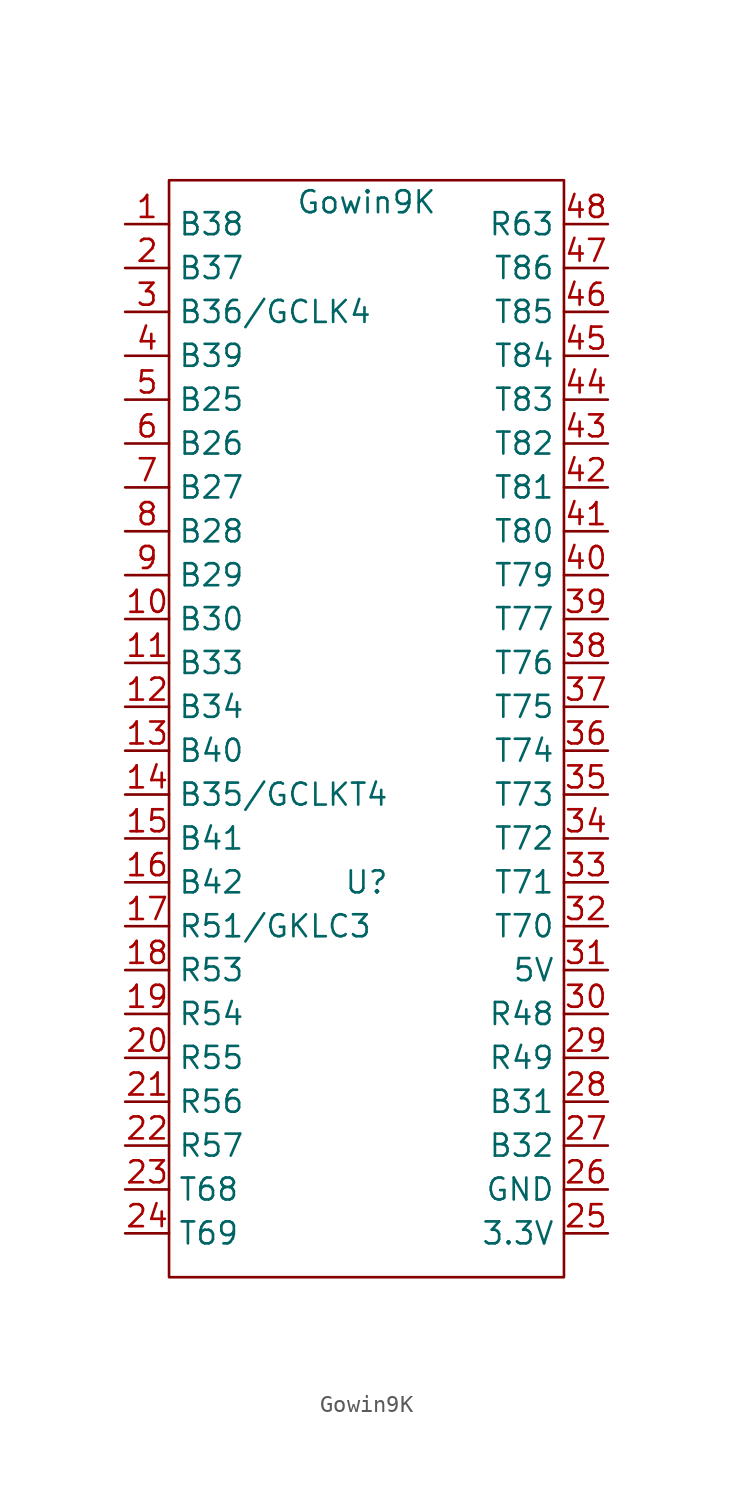
<source format=kicad_sym>
(kicad_symbol_lib
  (version 20211014)
  (generator kicad_symbol_editor)
  (symbol "Gowin9K"
    (property "Reference" "U"
      (at 0 0 0)
      (effects (font (size 1.27 1.27))))
    (property "Value" "Gowin9K"
      (at 0 39.37 0)
      (effects (font (size 1.27 1.27))))
    (symbol "Gowin9K_0_1"
      (rectangle (start -11.43 40.64) (end 11.43 -22.86) (stroke (width 0.152) (type default) (color 0 0 0 0)) (fill (type none))))
    (symbol "Gowin9K_1_1"
      (pin bidirectional line (at -13.97 38.1 0) (length 2.54) (name "B38" (effects (font (size 1.27 1.27)))) (number "1" (effects (font (size 1.27 1.27)))))
      (pin bidirectional line (at -13.97 15.24 0) (length 2.54) (name "B30" (effects (font (size 1.27 1.27)))) (number "10" (effects (font (size 1.27 1.27)))))
      (pin bidirectional line (at -13.97 12.7 0) (length 2.54) (name "B33" (effects (font (size 1.27 1.27)))) (number "11" (effects (font (size 1.27 1.27)))))
      (pin bidirectional line (at -13.97 10.16 0) (length 2.54) (name "B34" (effects (font (size 1.27 1.27)))) (number "12" (effects (font (size 1.27 1.27)))))
      (pin bidirectional line (at -13.97 7.62 0) (length 2.54) (name "B40" (effects (font (size 1.27 1.27)))) (number "13" (effects (font (size 1.27 1.27)))))
      (pin bidirectional line (at -13.97 5.08 0) (length 2.54) (name "B35/GCLKT4" (effects (font (size 1.27 1.27)))) (number "14" (effects (font (size 1.27 1.27)))))
      (pin bidirectional line (at -13.97 2.54 0) (length 2.54) (name "B41" (effects (font (size 1.27 1.27)))) (number "15" (effects (font (size 1.27 1.27)))))
      (pin bidirectional line (at -13.97 0 0) (length 2.54) (name "B42" (effects (font (size 1.27 1.27)))) (number "16" (effects (font (size 1.27 1.27)))))
      (pin bidirectional line (at -13.97 -2.54 0) (length 2.54) (name "R51/GKLC3" (effects (font (size 1.27 1.27)))) (number "17" (effects (font (size 1.27 1.27)))))
      (pin bidirectional line (at -13.97 -5.08 0) (length 2.54) (name "R53" (effects (font (size 1.27 1.27)))) (number "18" (effects (font (size 1.27 1.27)))))
      (pin bidirectional line (at -13.97 -7.62 0) (length 2.54) (name "R54" (effects (font (size 1.27 1.27)))) (number "19" (effects (font (size 1.27 1.27)))))
      (pin bidirectional line (at -13.97 35.56 0) (length 2.54) (name "B37" (effects (font (size 1.27 1.27)))) (number "2" (effects (font (size 1.27 1.27)))))
      (pin bidirectional line (at -13.97 -10.16 0) (length 2.54) (name "R55" (effects (font (size 1.27 1.27)))) (number "20" (effects (font (size 1.27 1.27)))))
      (pin bidirectional line (at -13.97 -12.7 0) (length 2.54) (name "R56" (effects (font (size 1.27 1.27)))) (number "21" (effects (font (size 1.27 1.27)))))
      (pin bidirectional line (at -13.97 -15.24 0) (length 2.54) (name "R57" (effects (font (size 1.27 1.27)))) (number "22" (effects (font (size 1.27 1.27)))))
      (pin bidirectional line (at -13.97 -17.78 0) (length 2.54) (name "T68" (effects (font (size 1.27 1.27)))) (number "23" (effects (font (size 1.27 1.27)))))
      (pin bidirectional line (at -13.97 -20.32 0) (length 2.54) (name "T69" (effects (font (size 1.27 1.27)))) (number "24" (effects (font (size 1.27 1.27)))))
      (pin power_in line (at 13.97 -20.32 180) (length 2.54) (name "3.3V" (effects (font (size 1.27 1.27)))) (number "25" (effects (font (size 1.27 1.27)))))
      (pin power_in line (at 13.97 -17.78 180) (length 2.54) (name "GND" (effects (font (size 1.27 1.27)))) (number "26" (effects (font (size 1.27 1.27)))))
      (pin bidirectional line (at 13.97 -15.24 180) (length 2.54) (name "B32" (effects (font (size 1.27 1.27)))) (number "27" (effects (font (size 1.27 1.27)))))
      (pin bidirectional line (at 13.97 -12.7 180) (length 2.54) (name "B31" (effects (font (size 1.27 1.27)))) (number "28" (effects (font (size 1.27 1.27)))))
      (pin bidirectional line (at 13.97 -10.16 180) (length 2.54) (name "R49" (effects (font (size 1.27 1.27)))) (number "29" (effects (font (size 1.27 1.27)))))
      (pin bidirectional line (at -13.97 33.02 0) (length 2.54) (name "B36/GCLK4" (effects (font (size 1.27 1.27)))) (number "3" (effects (font (size 1.27 1.27)))))
      (pin bidirectional line (at 13.97 -7.62 180) (length 2.54) (name "R48" (effects (font (size 1.27 1.27)))) (number "30" (effects (font (size 1.27 1.27)))))
      (pin power_in line (at 13.97 -5.08 180) (length 2.54) (name "5V" (effects (font (size 1.27 1.27)))) (number "31" (effects (font (size 1.27 1.27)))))
      (pin bidirectional line (at 13.97 -2.54 180) (length 2.54) (name "T70" (effects (font (size 1.27 1.27)))) (number "32" (effects (font (size 1.27 1.27)))))
      (pin bidirectional line (at 13.97 0 180) (length 2.54) (name "T71" (effects (font (size 1.27 1.27)))) (number "33" (effects (font (size 1.27 1.27)))))
      (pin bidirectional line (at 13.97 2.54 180) (length 2.54) (name "T72" (effects (font (size 1.27 1.27)))) (number "34" (effects (font (size 1.27 1.27)))))
      (pin bidirectional line (at 13.97 5.08 180) (length 2.54) (name "T73" (effects (font (size 1.27 1.27)))) (number "35" (effects (font (size 1.27 1.27)))))
      (pin bidirectional line (at 13.97 7.62 180) (length 2.54) (name "T74" (effects (font (size 1.27 1.27)))) (number "36" (effects (font (size 1.27 1.27)))))
      (pin bidirectional line (at 13.97 10.16 180) (length 2.54) (name "T75" (effects (font (size 1.27 1.27)))) (number "37" (effects (font (size 1.27 1.27)))))
      (pin bidirectional line (at 13.97 12.7 180) (length 2.54) (name "T76" (effects (font (size 1.27 1.27)))) (number "38" (effects (font (size 1.27 1.27)))))
      (pin bidirectional line (at 13.97 15.24 180) (length 2.54) (name "T77" (effects (font (size 1.27 1.27)))) (number "39" (effects (font (size 1.27 1.27)))))
      (pin bidirectional line (at -13.97 30.48 0) (length 2.54) (name "B39" (effects (font (size 1.27 1.27)))) (number "4" (effects (font (size 1.27 1.27)))))
      (pin bidirectional line (at 13.97 17.78 180) (length 2.54) (name "T79" (effects (font (size 1.27 1.27)))) (number "40" (effects (font (size 1.27 1.27)))))
      (pin bidirectional line (at 13.97 20.32 180) (length 2.54) (name "T80" (effects (font (size 1.27 1.27)))) (number "41" (effects (font (size 1.27 1.27)))))
      (pin bidirectional line (at 13.97 22.86 180) (length 2.54) (name "T81" (effects (font (size 1.27 1.27)))) (number "42" (effects (font (size 1.27 1.27)))))
      (pin bidirectional line (at 13.97 25.4 180) (length 2.54) (name "T82" (effects (font (size 1.27 1.27)))) (number "43" (effects (font (size 1.27 1.27)))))
      (pin bidirectional line (at 13.97 27.94 180) (length 2.54) (name "T83" (effects (font (size 1.27 1.27)))) (number "44" (effects (font (size 1.27 1.27)))))
      (pin bidirectional line (at 13.97 30.48 180) (length 2.54) (name "T84" (effects (font (size 1.27 1.27)))) (number "45" (effects (font (size 1.27 1.27)))))
      (pin bidirectional line (at 13.97 33.02 180) (length 2.54) (name "T85" (effects (font (size 1.27 1.27)))) (number "46" (effects (font (size 1.27 1.27)))))
      (pin bidirectional line (at 13.97 35.56 180) (length 2.54) (name "T86" (effects (font (size 1.27 1.27)))) (number "47" (effects (font (size 1.27 1.27)))))
      (pin bidirectional line (at 13.97 38.1 180) (length 2.54) (name "R63" (effects (font (size 1.27 1.27)))) (number "48" (effects (font (size 1.27 1.27)))))
      (pin bidirectional line (at -13.97 27.94 0) (length 2.54) (name "B25" (effects (font (size 1.27 1.27)))) (number "5" (effects (font (size 1.27 1.27)))))
      (pin bidirectional line (at -13.97 25.4 0) (length 2.54) (name "B26" (effects (font (size 1.27 1.27)))) (number "6" (effects (font (size 1.27 1.27)))))
      (pin bidirectional line (at -13.97 22.86 0) (length 2.54) (name "B27" (effects (font (size 1.27 1.27)))) (number "7" (effects (font (size 1.27 1.27)))))
      (pin bidirectional line (at -13.97 20.32 0) (length 2.54) (name "B28" (effects (font (size 1.27 1.27)))) (number "8" (effects (font (size 1.27 1.27)))))
      (pin bidirectional line (at -13.97 17.78 0) (length 2.54) (name "B29" (effects (font (size 1.27 1.27)))) (number "9" (effects (font (size 1.27 1.27))))))))
</source>
